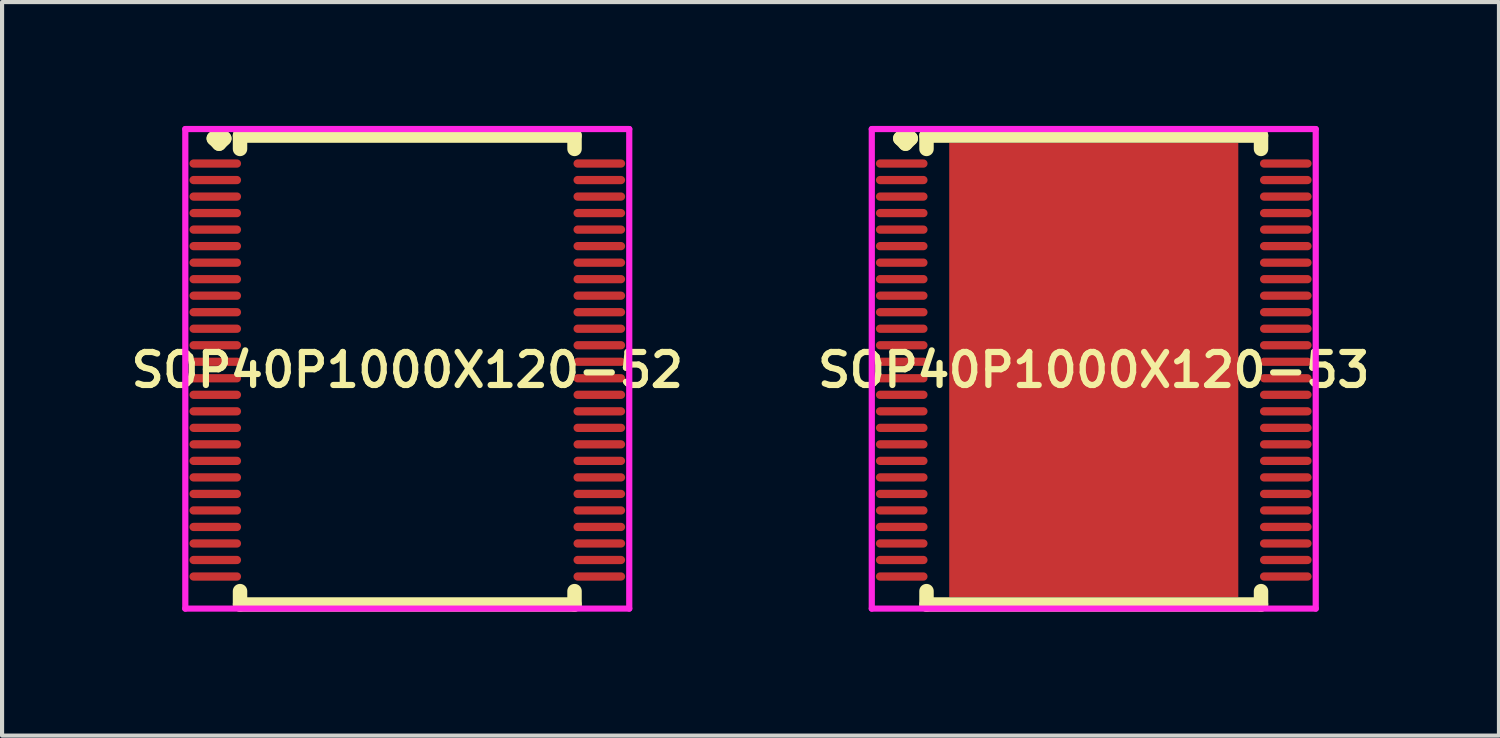
<source format=kicad_pcb>
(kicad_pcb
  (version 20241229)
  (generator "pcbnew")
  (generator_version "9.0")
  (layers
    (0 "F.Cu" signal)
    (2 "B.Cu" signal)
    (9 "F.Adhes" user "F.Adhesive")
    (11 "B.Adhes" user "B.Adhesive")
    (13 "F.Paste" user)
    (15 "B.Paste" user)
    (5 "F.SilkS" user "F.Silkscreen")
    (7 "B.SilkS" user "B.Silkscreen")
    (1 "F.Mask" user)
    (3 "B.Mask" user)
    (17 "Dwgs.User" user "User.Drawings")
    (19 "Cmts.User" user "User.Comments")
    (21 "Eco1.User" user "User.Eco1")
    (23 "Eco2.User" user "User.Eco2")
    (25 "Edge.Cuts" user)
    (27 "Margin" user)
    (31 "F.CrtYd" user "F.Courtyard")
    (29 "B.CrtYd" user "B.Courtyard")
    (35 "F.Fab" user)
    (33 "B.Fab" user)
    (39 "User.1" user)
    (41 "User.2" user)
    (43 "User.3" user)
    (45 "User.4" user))
  (footprint "SOP40P1000X120-52"
    (layer "F.Cu")
    (at 6.812 5.91)
    (property "Reference" "SOP40P1000X120-52" (at 0 0 0) (layer "F.SilkS") (effects (font (size 0.8 0.8) (thickness 0.15))))
    (attr smd)
    (fp_line (start -4.685 -5.608) (end -4.558 -5.735) (stroke (width 0.35) (type solid)) (layer "F.SilkS"))
    (fp_line (start -4.558 -5.735) (end -4.431 -5.608) (stroke (width 0.35) (type solid)) (layer "F.SilkS"))
    (fp_line (start -4.558 -5.481) (end -4.685 -5.608) (stroke (width 0.35) (type solid)) (layer "F.SilkS"))
    (fp_line (start -4.431 -5.608) (end -4.558 -5.481) (stroke (width 0.35) (type solid)) (layer "F.SilkS"))
    (fp_line (start -4.05 -5.677) (end 4.05 -5.677) (stroke (width 0.35) (type solid)) (layer "F.SilkS"))
    (fp_line (start -4.05 -5.354) (end -4.05 -5.677) (stroke (width 0.35) (type solid)) (layer "F.SilkS"))
    (fp_line (start -4.05 5.354) (end -4.05 5.677) (stroke (width 0.35) (type solid)) (layer "F.SilkS"))
    (fp_line (start -4.05 5.677) (end 4.05 5.677) (stroke (width 0.35) (type solid)) (layer "F.SilkS"))
    (fp_line (start 4.05 -5.677) (end 4.05 -5.354) (stroke (width 0.35) (type solid)) (layer "F.SilkS"))
    (fp_line (start 4.05 5.677) (end 4.05 5.354) (stroke (width 0.35) (type solid)) (layer "F.SilkS"))
    (fp_line (start -5.375 -5.835) (end 5.375 -5.835) (stroke (width 0.15) (type solid)) (layer "F.CrtYd"))
    (fp_line (start -5.375 5.777) (end -5.375 -5.835) (stroke (width 0.15) (type solid)) (layer "F.CrtYd"))
    (fp_line (start 5.375 -5.835) (end 5.375 5.777) (stroke (width 0.15) (type solid)) (layer "F.CrtYd"))
    (fp_line (start 5.375 5.777) (end -5.375 5.777) (stroke (width 0.15) (type solid)) (layer "F.CrtYd"))
    (pad "1" smd oval (at -4.65 -5) (size 1.25 0.2) (layers "F.Cu" "F.Mask" "F.Paste"))
    (pad "2" smd oval (at -4.65 -4.6) (size 1.25 0.2) (layers "F.Cu" "F.Mask" "F.Paste"))
    (pad "3" smd oval (at -4.65 -4.2) (size 1.25 0.2) (layers "F.Cu" "F.Mask" "F.Paste"))
    (pad "4" smd oval (at -4.65 -3.8) (size 1.25 0.2) (layers "F.Cu" "F.Mask" "F.Paste"))
    (pad "5" smd oval (at -4.65 -3.4) (size 1.25 0.2) (layers "F.Cu" "F.Mask" "F.Paste"))
    (pad "6" smd oval (at -4.65 -3) (size 1.25 0.2) (layers "F.Cu" "F.Mask" "F.Paste"))
    (pad "7" smd oval (at -4.65 -2.6) (size 1.25 0.2) (layers "F.Cu" "F.Mask" "F.Paste"))
    (pad "8" smd oval (at -4.65 -2.2) (size 1.25 0.2) (layers "F.Cu" "F.Mask" "F.Paste"))
    (pad "9" smd oval (at -4.65 -1.8) (size 1.25 0.2) (layers "F.Cu" "F.Mask" "F.Paste"))
    (pad "10" smd oval (at -4.65 -1.4) (size 1.25 0.2) (layers "F.Cu" "F.Mask" "F.Paste"))
    (pad "11" smd oval (at -4.65 -1) (size 1.25 0.2) (layers "F.Cu" "F.Mask" "F.Paste"))
    (pad "12" smd oval (at -4.65 -0.6) (size 1.25 0.2) (layers "F.Cu" "F.Mask" "F.Paste"))
    (pad "13" smd oval (at -4.65 -0.2) (size 1.25 0.2) (layers "F.Cu" "F.Mask" "F.Paste"))
    (pad "14" smd oval (at -4.65 0.2) (size 1.25 0.2) (layers "F.Cu" "F.Mask" "F.Paste"))
    (pad "15" smd oval (at -4.65 0.6) (size 1.25 0.2) (layers "F.Cu" "F.Mask" "F.Paste"))
    (pad "16" smd oval (at -4.65 1) (size 1.25 0.2) (layers "F.Cu" "F.Mask" "F.Paste"))
    (pad "17" smd oval (at -4.65 1.4) (size 1.25 0.2) (layers "F.Cu" "F.Mask" "F.Paste"))
    (pad "18" smd oval (at -4.65 1.8) (size 1.25 0.2) (layers "F.Cu" "F.Mask" "F.Paste"))
    (pad "19" smd oval (at -4.65 2.2) (size 1.25 0.2) (layers "F.Cu" "F.Mask" "F.Paste"))
    (pad "20" smd oval (at -4.65 2.6) (size 1.25 0.2) (layers "F.Cu" "F.Mask" "F.Paste"))
    (pad "21" smd oval (at -4.65 3) (size 1.25 0.2) (layers "F.Cu" "F.Mask" "F.Paste"))
    (pad "22" smd oval (at -4.65 3.4) (size 1.25 0.2) (layers "F.Cu" "F.Mask" "F.Paste"))
    (pad "23" smd oval (at -4.65 3.8) (size 1.25 0.2) (layers "F.Cu" "F.Mask" "F.Paste"))
    (pad "24" smd oval (at -4.65 4.2) (size 1.25 0.2) (layers "F.Cu" "F.Mask" "F.Paste"))
    (pad "25" smd oval (at -4.65 4.6) (size 1.25 0.2) (layers "F.Cu" "F.Mask" "F.Paste"))
    (pad "26" smd oval (at -4.65 5) (size 1.25 0.2) (layers "F.Cu" "F.Mask" "F.Paste"))
    (pad "27" smd oval (at 4.65 5) (size 1.25 0.2) (layers "F.Cu" "F.Mask" "F.Paste"))
    (pad "28" smd oval (at 4.65 4.6) (size 1.25 0.2) (layers "F.Cu" "F.Mask" "F.Paste"))
    (pad "29" smd oval (at 4.65 4.2) (size 1.25 0.2) (layers "F.Cu" "F.Mask" "F.Paste"))
    (pad "30" smd oval (at 4.65 3.8) (size 1.25 0.2) (layers "F.Cu" "F.Mask" "F.Paste"))
    (pad "31" smd oval (at 4.65 3.4) (size 1.25 0.2) (layers "F.Cu" "F.Mask" "F.Paste"))
    (pad "32" smd oval (at 4.65 3) (size 1.25 0.2) (layers "F.Cu" "F.Mask" "F.Paste"))
    (pad "33" smd oval (at 4.65 2.6) (size 1.25 0.2) (layers "F.Cu" "F.Mask" "F.Paste"))
    (pad "34" smd oval (at 4.65 2.2) (size 1.25 0.2) (layers "F.Cu" "F.Mask" "F.Paste"))
    (pad "35" smd oval (at 4.65 1.8) (size 1.25 0.2) (layers "F.Cu" "F.Mask" "F.Paste"))
    (pad "36" smd oval (at 4.65 1.4) (size 1.25 0.2) (layers "F.Cu" "F.Mask" "F.Paste"))
    (pad "37" smd oval (at 4.65 1) (size 1.25 0.2) (layers "F.Cu" "F.Mask" "F.Paste"))
    (pad "38" smd oval (at 4.65 0.6) (size 1.25 0.2) (layers "F.Cu" "F.Mask" "F.Paste"))
    (pad "39" smd oval (at 4.65 0.2) (size 1.25 0.2) (layers "F.Cu" "F.Mask" "F.Paste"))
    (pad "40" smd oval (at 4.65 -0.2) (size 1.25 0.2) (layers "F.Cu" "F.Mask" "F.Paste"))
    (pad "41" smd oval (at 4.65 -0.6) (size 1.25 0.2) (layers "F.Cu" "F.Mask" "F.Paste"))
    (pad "42" smd oval (at 4.65 -1) (size 1.25 0.2) (layers "F.Cu" "F.Mask" "F.Paste"))
    (pad "43" smd oval (at 4.65 -1.4) (size 1.25 0.2) (layers "F.Cu" "F.Mask" "F.Paste"))
    (pad "44" smd oval (at 4.65 -1.8) (size 1.25 0.2) (layers "F.Cu" "F.Mask" "F.Paste"))
    (pad "45" smd oval (at 4.65 -2.2) (size 1.25 0.2) (layers "F.Cu" "F.Mask" "F.Paste"))
    (pad "46" smd oval (at 4.65 -2.6) (size 1.25 0.2) (layers "F.Cu" "F.Mask" "F.Paste"))
    (pad "47" smd oval (at 4.65 -3) (size 1.25 0.2) (layers "F.Cu" "F.Mask" "F.Paste"))
    (pad "48" smd oval (at 4.65 -3.4) (size 1.25 0.2) (layers "F.Cu" "F.Mask" "F.Paste"))
    (pad "49" smd oval (at 4.65 -3.8) (size 1.25 0.2) (layers "F.Cu" "F.Mask" "F.Paste"))
    (pad "50" smd oval (at 4.65 -4.2) (size 1.25 0.2) (layers "F.Cu" "F.Mask" "F.Paste"))
    (pad "51" smd oval (at 4.65 -4.6) (size 1.25 0.2) (layers "F.Cu" "F.Mask" "F.Paste"))
    (pad "52" smd oval (at 4.65 -5) (size 1.25 0.2) (layers "F.Cu" "F.Mask" "F.Paste")))
  (footprint "SOP40P1000X120-53"
    (layer "F.Cu")
    (at 23.435 5.91)
    (property "Reference" "SOP40P1000X120-53" (at 0 0 0) (layer "F.SilkS") (effects (font (size 0.8 0.8) (thickness 0.15))))
    (attr smd)
    (fp_line (start -4.685 -5.608) (end -4.558 -5.735) (stroke (width 0.35) (type solid)) (layer "F.SilkS"))
    (fp_line (start -4.558 -5.735) (end -4.431 -5.608) (stroke (width 0.35) (type solid)) (layer "F.SilkS"))
    (fp_line (start -4.558 -5.481) (end -4.685 -5.608) (stroke (width 0.35) (type solid)) (layer "F.SilkS"))
    (fp_line (start -4.431 -5.608) (end -4.558 -5.481) (stroke (width 0.35) (type solid)) (layer "F.SilkS"))
    (fp_line (start -4.05 -5.677) (end 4.05 -5.677) (stroke (width 0.35) (type solid)) (layer "F.SilkS"))
    (fp_line (start -4.05 -5.354) (end -4.05 -5.677) (stroke (width 0.35) (type solid)) (layer "F.SilkS"))
    (fp_line (start -4.05 5.354) (end -4.05 5.677) (stroke (width 0.35) (type solid)) (layer "F.SilkS"))
    (fp_line (start -4.05 5.677) (end 4.05 5.677) (stroke (width 0.35) (type solid)) (layer "F.SilkS"))
    (fp_line (start 4.05 -5.677) (end 4.05 -5.354) (stroke (width 0.35) (type solid)) (layer "F.SilkS"))
    (fp_line (start 4.05 5.677) (end 4.05 5.354) (stroke (width 0.35) (type solid)) (layer "F.SilkS"))
    (fp_line (start -5.375 -5.835) (end 5.375 -5.835) (stroke (width 0.15) (type solid)) (layer "F.CrtYd"))
    (fp_line (start -5.375 5.777) (end -5.375 -5.835) (stroke (width 0.15) (type solid)) (layer "F.CrtYd"))
    (fp_line (start 5.375 -5.835) (end 5.375 5.777) (stroke (width 0.15) (type solid)) (layer "F.CrtYd"))
    (fp_line (start 5.375 5.777) (end -5.375 5.777) (stroke (width 0.15) (type solid)) (layer "F.CrtYd"))
    (pad "1" smd oval (at -4.65 -5) (size 1.25 0.2) (layers "F.Cu" "F.Mask" "F.Paste"))
    (pad "2" smd oval (at -4.65 -4.6) (size 1.25 0.2) (layers "F.Cu" "F.Mask" "F.Paste"))
    (pad "3" smd oval (at -4.65 -4.2) (size 1.25 0.2) (layers "F.Cu" "F.Mask" "F.Paste"))
    (pad "4" smd oval (at -4.65 -3.8) (size 1.25 0.2) (layers "F.Cu" "F.Mask" "F.Paste"))
    (pad "5" smd oval (at -4.65 -3.4) (size 1.25 0.2) (layers "F.Cu" "F.Mask" "F.Paste"))
    (pad "6" smd oval (at -4.65 -3) (size 1.25 0.2) (layers "F.Cu" "F.Mask" "F.Paste"))
    (pad "7" smd oval (at -4.65 -2.6) (size 1.25 0.2) (layers "F.Cu" "F.Mask" "F.Paste"))
    (pad "8" smd oval (at -4.65 -2.2) (size 1.25 0.2) (layers "F.Cu" "F.Mask" "F.Paste"))
    (pad "9" smd oval (at -4.65 -1.8) (size 1.25 0.2) (layers "F.Cu" "F.Mask" "F.Paste"))
    (pad "10" smd oval (at -4.65 -1.4) (size 1.25 0.2) (layers "F.Cu" "F.Mask" "F.Paste"))
    (pad "11" smd oval (at -4.65 -1) (size 1.25 0.2) (layers "F.Cu" "F.Mask" "F.Paste"))
    (pad "12" smd oval (at -4.65 -0.6) (size 1.25 0.2) (layers "F.Cu" "F.Mask" "F.Paste"))
    (pad "13" smd oval (at -4.65 -0.2) (size 1.25 0.2) (layers "F.Cu" "F.Mask" "F.Paste"))
    (pad "14" smd oval (at -4.65 0.2) (size 1.25 0.2) (layers "F.Cu" "F.Mask" "F.Paste"))
    (pad "15" smd oval (at -4.65 0.6) (size 1.25 0.2) (layers "F.Cu" "F.Mask" "F.Paste"))
    (pad "16" smd oval (at -4.65 1) (size 1.25 0.2) (layers "F.Cu" "F.Mask" "F.Paste"))
    (pad "17" smd oval (at -4.65 1.4) (size 1.25 0.2) (layers "F.Cu" "F.Mask" "F.Paste"))
    (pad "18" smd oval (at -4.65 1.8) (size 1.25 0.2) (layers "F.Cu" "F.Mask" "F.Paste"))
    (pad "19" smd oval (at -4.65 2.2) (size 1.25 0.2) (layers "F.Cu" "F.Mask" "F.Paste"))
    (pad "20" smd oval (at -4.65 2.6) (size 1.25 0.2) (layers "F.Cu" "F.Mask" "F.Paste"))
    (pad "21" smd oval (at -4.65 3) (size 1.25 0.2) (layers "F.Cu" "F.Mask" "F.Paste"))
    (pad "22" smd oval (at -4.65 3.4) (size 1.25 0.2) (layers "F.Cu" "F.Mask" "F.Paste"))
    (pad "23" smd oval (at -4.65 3.8) (size 1.25 0.2) (layers "F.Cu" "F.Mask" "F.Paste"))
    (pad "24" smd oval (at -4.65 4.2) (size 1.25 0.2) (layers "F.Cu" "F.Mask" "F.Paste"))
    (pad "25" smd oval (at -4.65 4.6) (size 1.25 0.2) (layers "F.Cu" "F.Mask" "F.Paste"))
    (pad "26" smd oval (at -4.65 5) (size 1.25 0.2) (layers "F.Cu" "F.Mask" "F.Paste"))
    (pad "27" smd oval (at 4.65 5) (size 1.25 0.2) (layers "F.Cu" "F.Mask" "F.Paste"))
    (pad "28" smd oval (at 4.65 4.6) (size 1.25 0.2) (layers "F.Cu" "F.Mask" "F.Paste"))
    (pad "29" smd oval (at 4.65 4.2) (size 1.25 0.2) (layers "F.Cu" "F.Mask" "F.Paste"))
    (pad "30" smd oval (at 4.65 3.8) (size 1.25 0.2) (layers "F.Cu" "F.Mask" "F.Paste"))
    (pad "31" smd oval (at 4.65 3.4) (size 1.25 0.2) (layers "F.Cu" "F.Mask" "F.Paste"))
    (pad "32" smd oval (at 4.65 3) (size 1.25 0.2) (layers "F.Cu" "F.Mask" "F.Paste"))
    (pad "33" smd oval (at 4.65 2.6) (size 1.25 0.2) (layers "F.Cu" "F.Mask" "F.Paste"))
    (pad "34" smd oval (at 4.65 2.2) (size 1.25 0.2) (layers "F.Cu" "F.Mask" "F.Paste"))
    (pad "35" smd oval (at 4.65 1.8) (size 1.25 0.2) (layers "F.Cu" "F.Mask" "F.Paste"))
    (pad "36" smd oval (at 4.65 1.4) (size 1.25 0.2) (layers "F.Cu" "F.Mask" "F.Paste"))
    (pad "37" smd oval (at 4.65 1) (size 1.25 0.2) (layers "F.Cu" "F.Mask" "F.Paste"))
    (pad "38" smd oval (at 4.65 0.6) (size 1.25 0.2) (layers "F.Cu" "F.Mask" "F.Paste"))
    (pad "39" smd oval (at 4.65 0.2) (size 1.25 0.2) (layers "F.Cu" "F.Mask" "F.Paste"))
    (pad "40" smd oval (at 4.65 -0.2) (size 1.25 0.2) (layers "F.Cu" "F.Mask" "F.Paste"))
    (pad "41" smd oval (at 4.65 -0.6) (size 1.25 0.2) (layers "F.Cu" "F.Mask" "F.Paste"))
    (pad "42" smd oval (at 4.65 -1) (size 1.25 0.2) (layers "F.Cu" "F.Mask" "F.Paste"))
    (pad "43" smd oval (at 4.65 -1.4) (size 1.25 0.2) (layers "F.Cu" "F.Mask" "F.Paste"))
    (pad "44" smd oval (at 4.65 -1.8) (size 1.25 0.2) (layers "F.Cu" "F.Mask" "F.Paste"))
    (pad "45" smd oval (at 4.65 -2.2) (size 1.25 0.2) (layers "F.Cu" "F.Mask" "F.Paste"))
    (pad "46" smd oval (at 4.65 -2.6) (size 1.25 0.2) (layers "F.Cu" "F.Mask" "F.Paste"))
    (pad "47" smd oval (at 4.65 -3) (size 1.25 0.2) (layers "F.Cu" "F.Mask" "F.Paste"))
    (pad "48" smd oval (at 4.65 -3.4) (size 1.25 0.2) (layers "F.Cu" "F.Mask" "F.Paste"))
    (pad "49" smd oval (at 4.65 -3.8) (size 1.25 0.2) (layers "F.Cu" "F.Mask" "F.Paste"))
    (pad "50" smd oval (at 4.65 -4.2) (size 1.25 0.2) (layers "F.Cu" "F.Mask" "F.Paste"))
    (pad "51" smd oval (at 4.65 -4.6) (size 1.25 0.2) (layers "F.Cu" "F.Mask" "F.Paste"))
    (pad "52" smd oval (at 4.65 -5) (size 1.25 0.2) (layers "F.Cu" "F.Mask" "F.Paste"))
    (pad "53" smd rect (at 0 0) (size 7 11) (layers "F.Cu" "F.Mask" "F.Paste")))
  (gr_rect
    (start -3 -3)
    (end 33.247 14.762)
    (stroke (width 0.1) (type default))
    (fill no)
    (layer "Edge.Cuts")))
</source>
